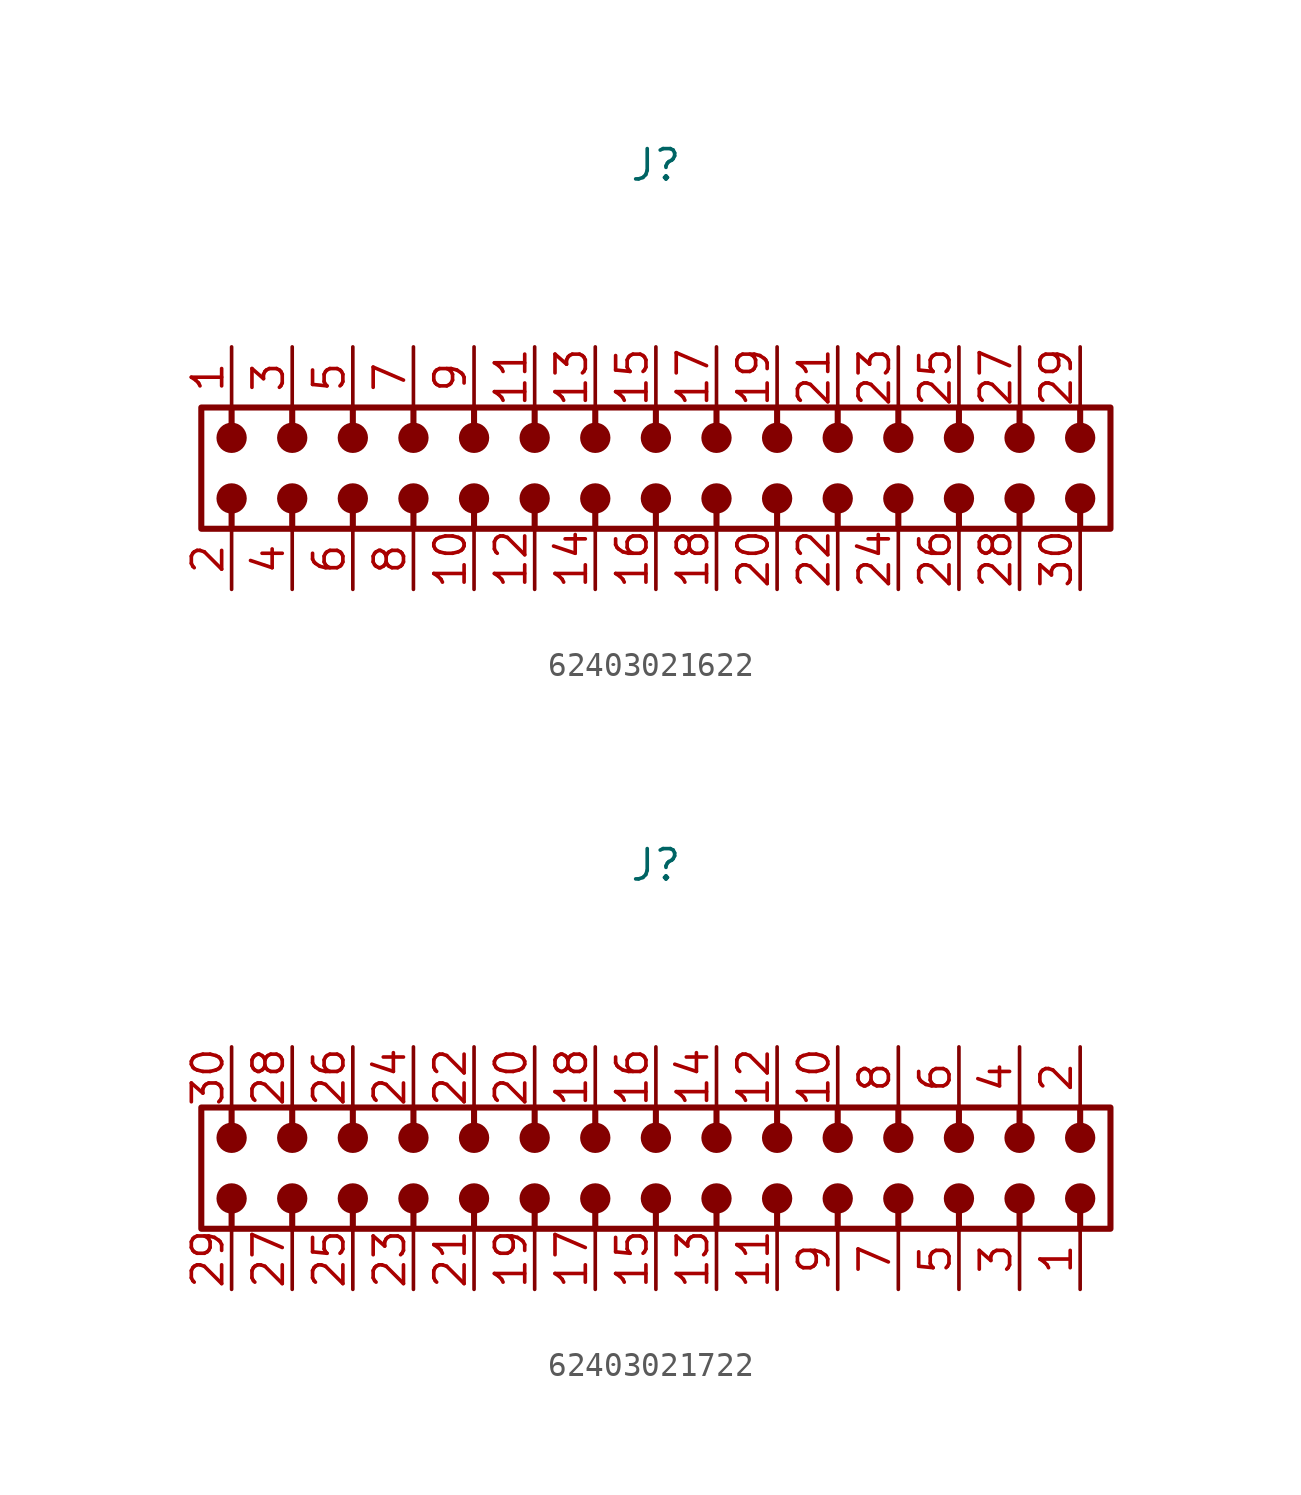
<source format=kicad_sym>
(kicad_symbol_lib
  (version 20241209)
  (generator "kicad_symbol_editor")
  (generator_version "9.0")
  (symbol "62403021622"
    (pin_names
      (hide yes))
    (property "Reference" "J"
      (at 0 12.7 0)
      (effects (font (size 1.27 1.27))))
    (symbol "62403021622_1_1"
      (rectangle (start -19.05 2.54) (end 19.05 -2.54) (stroke (width 0.254) (type solid)) (fill (type none)))
      (polyline (pts (xy -17.78 1.778) (xy -17.78 2.54)) (stroke (width 0.254) (type solid)) (fill (type none)))
      (circle (center -17.78 1.27) (radius 0.508) (stroke (width 0.254) (type solid)) (fill (type outline)))
      (circle (center -17.78 -1.27) (radius 0.508) (stroke (width 0.254) (type solid)) (fill (type outline)))
      (polyline (pts (xy -17.78 -1.778) (xy -17.78 -2.54)) (stroke (width 0.254) (type solid)) (fill (type none)))
      (polyline (pts (xy -15.24 1.778) (xy -15.24 2.54)) (stroke (width 0.254) (type solid)) (fill (type none)))
      (circle (center -15.24 1.27) (radius 0.508) (stroke (width 0.254) (type solid)) (fill (type outline)))
      (circle (center -15.24 -1.27) (radius 0.508) (stroke (width 0.254) (type solid)) (fill (type outline)))
      (polyline (pts (xy -15.24 -1.778) (xy -15.24 -2.54)) (stroke (width 0.254) (type solid)) (fill (type none)))
      (polyline (pts (xy -12.7 1.778) (xy -12.7 2.54)) (stroke (width 0.254) (type solid)) (fill (type none)))
      (circle (center -12.7 1.27) (radius 0.508) (stroke (width 0.254) (type solid)) (fill (type outline)))
      (circle (center -12.7 -1.27) (radius 0.508) (stroke (width 0.254) (type solid)) (fill (type outline)))
      (polyline (pts (xy -12.7 -1.778) (xy -12.7 -2.54)) (stroke (width 0.254) (type solid)) (fill (type none)))
      (polyline (pts (xy -10.16 1.778) (xy -10.16 2.54)) (stroke (width 0.254) (type solid)) (fill (type none)))
      (circle (center -10.16 1.27) (radius 0.508) (stroke (width 0.254) (type solid)) (fill (type outline)))
      (circle (center -10.16 -1.27) (radius 0.508) (stroke (width 0.254) (type solid)) (fill (type outline)))
      (polyline (pts (xy -10.16 -1.778) (xy -10.16 -2.54)) (stroke (width 0.254) (type solid)) (fill (type none)))
      (polyline (pts (xy -7.62 1.778) (xy -7.62 2.54)) (stroke (width 0.254) (type solid)) (fill (type none)))
      (circle (center -7.62 1.27) (radius 0.508) (stroke (width 0.254) (type solid)) (fill (type outline)))
      (circle (center -7.62 -1.27) (radius 0.508) (stroke (width 0.254) (type solid)) (fill (type outline)))
      (polyline (pts (xy -7.62 -1.778) (xy -7.62 -2.54)) (stroke (width 0.254) (type solid)) (fill (type none)))
      (polyline (pts (xy -5.08 1.778) (xy -5.08 2.54)) (stroke (width 0.254) (type solid)) (fill (type none)))
      (circle (center -5.08 1.27) (radius 0.508) (stroke (width 0.254) (type solid)) (fill (type outline)))
      (circle (center -5.08 -1.27) (radius 0.508) (stroke (width 0.254) (type solid)) (fill (type outline)))
      (polyline (pts (xy -5.08 -1.778) (xy -5.08 -2.54)) (stroke (width 0.254) (type solid)) (fill (type none)))
      (polyline (pts (xy -2.54 1.778) (xy -2.54 2.54)) (stroke (width 0.254) (type solid)) (fill (type none)))
      (circle (center -2.54 1.27) (radius 0.508) (stroke (width 0.254) (type solid)) (fill (type outline)))
      (circle (center -2.54 -1.27) (radius 0.508) (stroke (width 0.254) (type solid)) (fill (type outline)))
      (polyline (pts (xy -2.54 -1.778) (xy -2.54 -2.54)) (stroke (width 0.254) (type solid)) (fill (type none)))
      (polyline (pts (xy 0 1.778) (xy 0 2.54)) (stroke (width 0.254) (type solid)) (fill (type none)))
      (circle (center 0 1.27) (radius 0.508) (stroke (width 0.254) (type solid)) (fill (type outline)))
      (circle (center 0 -1.27) (radius 0.508) (stroke (width 0.254) (type solid)) (fill (type outline)))
      (polyline (pts (xy 0 -1.778) (xy 0 -2.54)) (stroke (width 0.254) (type solid)) (fill (type none)))
      (polyline (pts (xy 2.54 1.778) (xy 2.54 2.54)) (stroke (width 0.254) (type solid)) (fill (type none)))
      (circle (center 2.54 1.27) (radius 0.508) (stroke (width 0.254) (type solid)) (fill (type outline)))
      (circle (center 2.54 -1.27) (radius 0.508) (stroke (width 0.254) (type solid)) (fill (type outline)))
      (polyline (pts (xy 2.54 -1.778) (xy 2.54 -2.54)) (stroke (width 0.254) (type solid)) (fill (type none)))
      (polyline (pts (xy 5.08 1.778) (xy 5.08 2.54)) (stroke (width 0.254) (type solid)) (fill (type none)))
      (circle (center 5.08 1.27) (radius 0.508) (stroke (width 0.254) (type solid)) (fill (type outline)))
      (circle (center 5.08 -1.27) (radius 0.508) (stroke (width 0.254) (type solid)) (fill (type outline)))
      (polyline (pts (xy 5.08 -1.778) (xy 5.08 -2.54)) (stroke (width 0.254) (type solid)) (fill (type none)))
      (polyline (pts (xy 7.62 1.778) (xy 7.62 2.54)) (stroke (width 0.254) (type solid)) (fill (type none)))
      (circle (center 7.62 1.27) (radius 0.508) (stroke (width 0.254) (type solid)) (fill (type outline)))
      (circle (center 7.62 -1.27) (radius 0.508) (stroke (width 0.254) (type solid)) (fill (type outline)))
      (polyline (pts (xy 7.62 -1.778) (xy 7.62 -2.54)) (stroke (width 0.254) (type solid)) (fill (type none)))
      (polyline (pts (xy 10.16 1.778) (xy 10.16 2.54)) (stroke (width 0.254) (type solid)) (fill (type none)))
      (circle (center 10.16 1.27) (radius 0.508) (stroke (width 0.254) (type solid)) (fill (type outline)))
      (circle (center 10.16 -1.27) (radius 0.508) (stroke (width 0.254) (type solid)) (fill (type outline)))
      (polyline (pts (xy 10.16 -1.778) (xy 10.16 -2.54)) (stroke (width 0.254) (type solid)) (fill (type none)))
      (polyline (pts (xy 12.7 1.778) (xy 12.7 2.54)) (stroke (width 0.254) (type solid)) (fill (type none)))
      (circle (center 12.7 1.27) (radius 0.508) (stroke (width 0.254) (type solid)) (fill (type outline)))
      (circle (center 12.7 -1.27) (radius 0.508) (stroke (width 0.254) (type solid)) (fill (type outline)))
      (polyline (pts (xy 12.7 -1.778) (xy 12.7 -2.54)) (stroke (width 0.254) (type solid)) (fill (type none)))
      (polyline (pts (xy 15.24 1.778) (xy 15.24 2.54)) (stroke (width 0.254) (type solid)) (fill (type none)))
      (circle (center 15.24 1.27) (radius 0.508) (stroke (width 0.254) (type solid)) (fill (type outline)))
      (circle (center 15.24 -1.27) (radius 0.508) (stroke (width 0.254) (type solid)) (fill (type outline)))
      (polyline (pts (xy 15.24 -1.778) (xy 15.24 -2.54)) (stroke (width 0.254) (type solid)) (fill (type none)))
      (polyline (pts (xy 17.78 1.778) (xy 17.78 2.54)) (stroke (width 0.254) (type solid)) (fill (type none)))
      (circle (center 17.78 1.27) (radius 0.508) (stroke (width 0.254) (type solid)) (fill (type outline)))
      (circle (center 17.78 -1.27) (radius 0.508) (stroke (width 0.254) (type solid)) (fill (type outline)))
      (polyline (pts (xy 17.78 -1.778) (xy 17.78 -2.54)) (stroke (width 0.254) (type solid)) (fill (type none)))
      (pin passive line (at -17.78 5.08 270) (length 2.54) (name "1" (effects (font (size 1.27 1.27)))) (number "1" (effects (font (size 1.27 1.27)))))
      (pin passive line (at -17.78 -5.08 90) (length 2.54) (name "2" (effects (font (size 1.27 1.27)))) (number "2" (effects (font (size 1.27 1.27)))))
      (pin passive line (at -15.24 5.08 270) (length 2.54) (name "3" (effects (font (size 1.27 1.27)))) (number "3" (effects (font (size 1.27 1.27)))))
      (pin passive line (at -15.24 -5.08 90) (length 2.54) (name "4" (effects (font (size 1.27 1.27)))) (number "4" (effects (font (size 1.27 1.27)))))
      (pin passive line (at -12.7 5.08 270) (length 2.54) (name "5" (effects (font (size 1.27 1.27)))) (number "5" (effects (font (size 1.27 1.27)))))
      (pin passive line (at -12.7 -5.08 90) (length 2.54) (name "6" (effects (font (size 1.27 1.27)))) (number "6" (effects (font (size 1.27 1.27)))))
      (pin passive line (at -10.16 5.08 270) (length 2.54) (name "7" (effects (font (size 1.27 1.27)))) (number "7" (effects (font (size 1.27 1.27)))))
      (pin passive line (at -10.16 -5.08 90) (length 2.54) (name "8" (effects (font (size 1.27 1.27)))) (number "8" (effects (font (size 1.27 1.27)))))
      (pin passive line (at -7.62 5.08 270) (length 2.54) (name "9" (effects (font (size 1.27 1.27)))) (number "9" (effects (font (size 1.27 1.27)))))
      (pin passive line (at -7.62 -5.08 90) (length 2.54) (name "10" (effects (font (size 1.27 1.27)))) (number "10" (effects (font (size 1.27 1.27)))))
      (pin passive line (at -5.08 5.08 270) (length 2.54) (name "11" (effects (font (size 1.27 1.27)))) (number "11" (effects (font (size 1.27 1.27)))))
      (pin passive line (at -5.08 -5.08 90) (length 2.54) (name "12" (effects (font (size 1.27 1.27)))) (number "12" (effects (font (size 1.27 1.27)))))
      (pin passive line (at -2.54 5.08 270) (length 2.54) (name "13" (effects (font (size 1.27 1.27)))) (number "13" (effects (font (size 1.27 1.27)))))
      (pin passive line (at -2.54 -5.08 90) (length 2.54) (name "14" (effects (font (size 1.27 1.27)))) (number "14" (effects (font (size 1.27 1.27)))))
      (pin passive line (at 0 5.08 270) (length 2.54) (name "15" (effects (font (size 1.27 1.27)))) (number "15" (effects (font (size 1.27 1.27)))))
      (pin passive line (at 0 -5.08 90) (length 2.54) (name "16" (effects (font (size 1.27 1.27)))) (number "16" (effects (font (size 1.27 1.27)))))
      (pin passive line (at 2.54 5.08 270) (length 2.54) (name "17" (effects (font (size 1.27 1.27)))) (number "17" (effects (font (size 1.27 1.27)))))
      (pin passive line (at 2.54 -5.08 90) (length 2.54) (name "18" (effects (font (size 1.27 1.27)))) (number "18" (effects (font (size 1.27 1.27)))))
      (pin passive line (at 5.08 5.08 270) (length 2.54) (name "19" (effects (font (size 1.27 1.27)))) (number "19" (effects (font (size 1.27 1.27)))))
      (pin passive line (at 5.08 -5.08 90) (length 2.54) (name "20" (effects (font (size 1.27 1.27)))) (number "20" (effects (font (size 1.27 1.27)))))
      (pin passive line (at 7.62 5.08 270) (length 2.54) (name "21" (effects (font (size 1.27 1.27)))) (number "21" (effects (font (size 1.27 1.27)))))
      (pin passive line (at 7.62 -5.08 90) (length 2.54) (name "22" (effects (font (size 1.27 1.27)))) (number "22" (effects (font (size 1.27 1.27)))))
      (pin passive line (at 10.16 5.08 270) (length 2.54) (name "23" (effects (font (size 1.27 1.27)))) (number "23" (effects (font (size 1.27 1.27)))))
      (pin passive line (at 10.16 -5.08 90) (length 2.54) (name "24" (effects (font (size 1.27 1.27)))) (number "24" (effects (font (size 1.27 1.27)))))
      (pin passive line (at 12.7 5.08 270) (length 2.54) (name "25" (effects (font (size 1.27 1.27)))) (number "25" (effects (font (size 1.27 1.27)))))
      (pin passive line (at 12.7 -5.08 90) (length 2.54) (name "26" (effects (font (size 1.27 1.27)))) (number "26" (effects (font (size 1.27 1.27)))))
      (pin passive line (at 15.24 5.08 270) (length 2.54) (name "27" (effects (font (size 1.27 1.27)))) (number "27" (effects (font (size 1.27 1.27)))))
      (pin passive line (at 15.24 -5.08 90) (length 2.54) (name "28" (effects (font (size 1.27 1.27)))) (number "28" (effects (font (size 1.27 1.27)))))
      (pin passive line (at 17.78 5.08 270) (length 2.54) (name "29" (effects (font (size 1.27 1.27)))) (number "29" (effects (font (size 1.27 1.27)))))
      (pin passive line (at 17.78 -5.08 90) (length 2.54) (name "30" (effects (font (size 1.27 1.27)))) (number "30" (effects (font (size 1.27 1.27)))))))
  (symbol "62403021722"
    (pin_names
      (hide yes))
    (property "Reference" "J"
      (at 0 12.7 0)
      (effects (font (size 1.27 1.27))))
    (symbol "62403021722_1_1"
      (rectangle (start -19.05 2.54) (end 19.05 -2.54) (stroke (width 0.254) (type solid)) (fill (type none)))
      (polyline (pts (xy -17.78 1.778) (xy -17.78 2.54)) (stroke (width 0.254) (type solid)) (fill (type none)))
      (circle (center -17.78 1.27) (radius 0.508) (stroke (width 0.254) (type solid)) (fill (type outline)))
      (circle (center -17.78 -1.27) (radius 0.508) (stroke (width 0.254) (type solid)) (fill (type outline)))
      (polyline (pts (xy -17.78 -1.778) (xy -17.78 -2.54)) (stroke (width 0.254) (type solid)) (fill (type none)))
      (polyline (pts (xy -15.24 1.778) (xy -15.24 2.54)) (stroke (width 0.254) (type solid)) (fill (type none)))
      (circle (center -15.24 1.27) (radius 0.508) (stroke (width 0.254) (type solid)) (fill (type outline)))
      (circle (center -15.24 -1.27) (radius 0.508) (stroke (width 0.254) (type solid)) (fill (type outline)))
      (polyline (pts (xy -15.24 -1.778) (xy -15.24 -2.54)) (stroke (width 0.254) (type solid)) (fill (type none)))
      (polyline (pts (xy -12.7 1.778) (xy -12.7 2.54)) (stroke (width 0.254) (type solid)) (fill (type none)))
      (circle (center -12.7 1.27) (radius 0.508) (stroke (width 0.254) (type solid)) (fill (type outline)))
      (circle (center -12.7 -1.27) (radius 0.508) (stroke (width 0.254) (type solid)) (fill (type outline)))
      (polyline (pts (xy -12.7 -1.778) (xy -12.7 -2.54)) (stroke (width 0.254) (type solid)) (fill (type none)))
      (polyline (pts (xy -10.16 1.778) (xy -10.16 2.54)) (stroke (width 0.254) (type solid)) (fill (type none)))
      (circle (center -10.16 1.27) (radius 0.508) (stroke (width 0.254) (type solid)) (fill (type outline)))
      (circle (center -10.16 -1.27) (radius 0.508) (stroke (width 0.254) (type solid)) (fill (type outline)))
      (polyline (pts (xy -10.16 -1.778) (xy -10.16 -2.54)) (stroke (width 0.254) (type solid)) (fill (type none)))
      (polyline (pts (xy -7.62 1.778) (xy -7.62 2.54)) (stroke (width 0.254) (type solid)) (fill (type none)))
      (circle (center -7.62 1.27) (radius 0.508) (stroke (width 0.254) (type solid)) (fill (type outline)))
      (circle (center -7.62 -1.27) (radius 0.508) (stroke (width 0.254) (type solid)) (fill (type outline)))
      (polyline (pts (xy -7.62 -1.778) (xy -7.62 -2.54)) (stroke (width 0.254) (type solid)) (fill (type none)))
      (polyline (pts (xy -5.08 1.778) (xy -5.08 2.54)) (stroke (width 0.254) (type solid)) (fill (type none)))
      (circle (center -5.08 1.27) (radius 0.508) (stroke (width 0.254) (type solid)) (fill (type outline)))
      (circle (center -5.08 -1.27) (radius 0.508) (stroke (width 0.254) (type solid)) (fill (type outline)))
      (polyline (pts (xy -5.08 -1.778) (xy -5.08 -2.54)) (stroke (width 0.254) (type solid)) (fill (type none)))
      (polyline (pts (xy -2.54 1.778) (xy -2.54 2.54)) (stroke (width 0.254) (type solid)) (fill (type none)))
      (circle (center -2.54 1.27) (radius 0.508) (stroke (width 0.254) (type solid)) (fill (type outline)))
      (circle (center -2.54 -1.27) (radius 0.508) (stroke (width 0.254) (type solid)) (fill (type outline)))
      (polyline (pts (xy -2.54 -1.778) (xy -2.54 -2.54)) (stroke (width 0.254) (type solid)) (fill (type none)))
      (polyline (pts (xy 0 1.778) (xy 0 2.54)) (stroke (width 0.254) (type solid)) (fill (type none)))
      (circle (center 0 1.27) (radius 0.508) (stroke (width 0.254) (type solid)) (fill (type outline)))
      (circle (center 0 -1.27) (radius 0.508) (stroke (width 0.254) (type solid)) (fill (type outline)))
      (polyline (pts (xy 0 -1.778) (xy 0 -2.54)) (stroke (width 0.254) (type solid)) (fill (type none)))
      (polyline (pts (xy 2.54 1.778) (xy 2.54 2.54)) (stroke (width 0.254) (type solid)) (fill (type none)))
      (circle (center 2.54 1.27) (radius 0.508) (stroke (width 0.254) (type solid)) (fill (type outline)))
      (circle (center 2.54 -1.27) (radius 0.508) (stroke (width 0.254) (type solid)) (fill (type outline)))
      (polyline (pts (xy 2.54 -1.778) (xy 2.54 -2.54)) (stroke (width 0.254) (type solid)) (fill (type none)))
      (polyline (pts (xy 5.08 1.778) (xy 5.08 2.54)) (stroke (width 0.254) (type solid)) (fill (type none)))
      (circle (center 5.08 1.27) (radius 0.508) (stroke (width 0.254) (type solid)) (fill (type outline)))
      (circle (center 5.08 -1.27) (radius 0.508) (stroke (width 0.254) (type solid)) (fill (type outline)))
      (polyline (pts (xy 5.08 -1.778) (xy 5.08 -2.54)) (stroke (width 0.254) (type solid)) (fill (type none)))
      (polyline (pts (xy 7.62 1.778) (xy 7.62 2.54)) (stroke (width 0.254) (type solid)) (fill (type none)))
      (circle (center 7.62 1.27) (radius 0.508) (stroke (width 0.254) (type solid)) (fill (type outline)))
      (circle (center 7.62 -1.27) (radius 0.508) (stroke (width 0.254) (type solid)) (fill (type outline)))
      (polyline (pts (xy 7.62 -1.778) (xy 7.62 -2.54)) (stroke (width 0.254) (type solid)) (fill (type none)))
      (polyline (pts (xy 10.16 1.778) (xy 10.16 2.54)) (stroke (width 0.254) (type solid)) (fill (type none)))
      (circle (center 10.16 1.27) (radius 0.508) (stroke (width 0.254) (type solid)) (fill (type outline)))
      (circle (center 10.16 -1.27) (radius 0.508) (stroke (width 0.254) (type solid)) (fill (type outline)))
      (polyline (pts (xy 10.16 -1.778) (xy 10.16 -2.54)) (stroke (width 0.254) (type solid)) (fill (type none)))
      (polyline (pts (xy 12.7 1.778) (xy 12.7 2.54)) (stroke (width 0.254) (type solid)) (fill (type none)))
      (circle (center 12.7 1.27) (radius 0.508) (stroke (width 0.254) (type solid)) (fill (type outline)))
      (circle (center 12.7 -1.27) (radius 0.508) (stroke (width 0.254) (type solid)) (fill (type outline)))
      (polyline (pts (xy 12.7 -1.778) (xy 12.7 -2.54)) (stroke (width 0.254) (type solid)) (fill (type none)))
      (polyline (pts (xy 15.24 1.778) (xy 15.24 2.54)) (stroke (width 0.254) (type solid)) (fill (type none)))
      (circle (center 15.24 1.27) (radius 0.508) (stroke (width 0.254) (type solid)) (fill (type outline)))
      (circle (center 15.24 -1.27) (radius 0.508) (stroke (width 0.254) (type solid)) (fill (type outline)))
      (polyline (pts (xy 15.24 -1.778) (xy 15.24 -2.54)) (stroke (width 0.254) (type solid)) (fill (type none)))
      (polyline (pts (xy 17.78 1.778) (xy 17.78 2.54)) (stroke (width 0.254) (type solid)) (fill (type none)))
      (circle (center 17.78 1.27) (radius 0.508) (stroke (width 0.254) (type solid)) (fill (type outline)))
      (circle (center 17.78 -1.27) (radius 0.508) (stroke (width 0.254) (type solid)) (fill (type outline)))
      (polyline (pts (xy 17.78 -1.778) (xy 17.78 -2.54)) (stroke (width 0.254) (type solid)) (fill (type none)))
      (pin passive line (at -17.78 5.08 270) (length 2.54) (name "30" (effects (font (size 1.27 1.27)))) (number "30" (effects (font (size 1.27 1.27)))))
      (pin passive line (at -17.78 -5.08 90) (length 2.54) (name "29" (effects (font (size 1.27 1.27)))) (number "29" (effects (font (size 1.27 1.27)))))
      (pin passive line (at -15.24 5.08 270) (length 2.54) (name "28" (effects (font (size 1.27 1.27)))) (number "28" (effects (font (size 1.27 1.27)))))
      (pin passive line (at -15.24 -5.08 90) (length 2.54) (name "27" (effects (font (size 1.27 1.27)))) (number "27" (effects (font (size 1.27 1.27)))))
      (pin passive line (at -12.7 5.08 270) (length 2.54) (name "26" (effects (font (size 1.27 1.27)))) (number "26" (effects (font (size 1.27 1.27)))))
      (pin passive line (at -12.7 -5.08 90) (length 2.54) (name "25" (effects (font (size 1.27 1.27)))) (number "25" (effects (font (size 1.27 1.27)))))
      (pin passive line (at -10.16 5.08 270) (length 2.54) (name "24" (effects (font (size 1.27 1.27)))) (number "24" (effects (font (size 1.27 1.27)))))
      (pin passive line (at -10.16 -5.08 90) (length 2.54) (name "23" (effects (font (size 1.27 1.27)))) (number "23" (effects (font (size 1.27 1.27)))))
      (pin passive line (at -7.62 5.08 270) (length 2.54) (name "22" (effects (font (size 1.27 1.27)))) (number "22" (effects (font (size 1.27 1.27)))))
      (pin passive line (at -7.62 -5.08 90) (length 2.54) (name "21" (effects (font (size 1.27 1.27)))) (number "21" (effects (font (size 1.27 1.27)))))
      (pin passive line (at -5.08 5.08 270) (length 2.54) (name "20" (effects (font (size 1.27 1.27)))) (number "20" (effects (font (size 1.27 1.27)))))
      (pin passive line (at -5.08 -5.08 90) (length 2.54) (name "19" (effects (font (size 1.27 1.27)))) (number "19" (effects (font (size 1.27 1.27)))))
      (pin passive line (at -2.54 5.08 270) (length 2.54) (name "18" (effects (font (size 1.27 1.27)))) (number "18" (effects (font (size 1.27 1.27)))))
      (pin passive line (at -2.54 -5.08 90) (length 2.54) (name "17" (effects (font (size 1.27 1.27)))) (number "17" (effects (font (size 1.27 1.27)))))
      (pin passive line (at 0 5.08 270) (length 2.54) (name "16" (effects (font (size 1.27 1.27)))) (number "16" (effects (font (size 1.27 1.27)))))
      (pin passive line (at 0 -5.08 90) (length 2.54) (name "15" (effects (font (size 1.27 1.27)))) (number "15" (effects (font (size 1.27 1.27)))))
      (pin passive line (at 2.54 5.08 270) (length 2.54) (name "14" (effects (font (size 1.27 1.27)))) (number "14" (effects (font (size 1.27 1.27)))))
      (pin passive line (at 2.54 -5.08 90) (length 2.54) (name "13" (effects (font (size 1.27 1.27)))) (number "13" (effects (font (size 1.27 1.27)))))
      (pin passive line (at 5.08 5.08 270) (length 2.54) (name "12" (effects (font (size 1.27 1.27)))) (number "12" (effects (font (size 1.27 1.27)))))
      (pin passive line (at 5.08 -5.08 90) (length 2.54) (name "11" (effects (font (size 1.27 1.27)))) (number "11" (effects (font (size 1.27 1.27)))))
      (pin passive line (at 7.62 5.08 270) (length 2.54) (name "10" (effects (font (size 1.27 1.27)))) (number "10" (effects (font (size 1.27 1.27)))))
      (pin passive line (at 7.62 -5.08 90) (length 2.54) (name "9" (effects (font (size 1.27 1.27)))) (number "9" (effects (font (size 1.27 1.27)))))
      (pin passive line (at 10.16 5.08 270) (length 2.54) (name "8" (effects (font (size 1.27 1.27)))) (number "8" (effects (font (size 1.27 1.27)))))
      (pin passive line (at 10.16 -5.08 90) (length 2.54) (name "7" (effects (font (size 1.27 1.27)))) (number "7" (effects (font (size 1.27 1.27)))))
      (pin passive line (at 12.7 5.08 270) (length 2.54) (name "6" (effects (font (size 1.27 1.27)))) (number "6" (effects (font (size 1.27 1.27)))))
      (pin passive line (at 12.7 -5.08 90) (length 2.54) (name "5" (effects (font (size 1.27 1.27)))) (number "5" (effects (font (size 1.27 1.27)))))
      (pin passive line (at 15.24 5.08 270) (length 2.54) (name "4" (effects (font (size 1.27 1.27)))) (number "4" (effects (font (size 1.27 1.27)))))
      (pin passive line (at 15.24 -5.08 90) (length 2.54) (name "3" (effects (font (size 1.27 1.27)))) (number "3" (effects (font (size 1.27 1.27)))))
      (pin passive line (at 17.78 5.08 270) (length 2.54) (name "2" (effects (font (size 1.27 1.27)))) (number "2" (effects (font (size 1.27 1.27)))))
      (pin passive line (at 17.78 -5.08 90) (length 2.54) (name "1" (effects (font (size 1.27 1.27)))) (number "1" (effects (font (size 1.27 1.27))))))))
</source>
